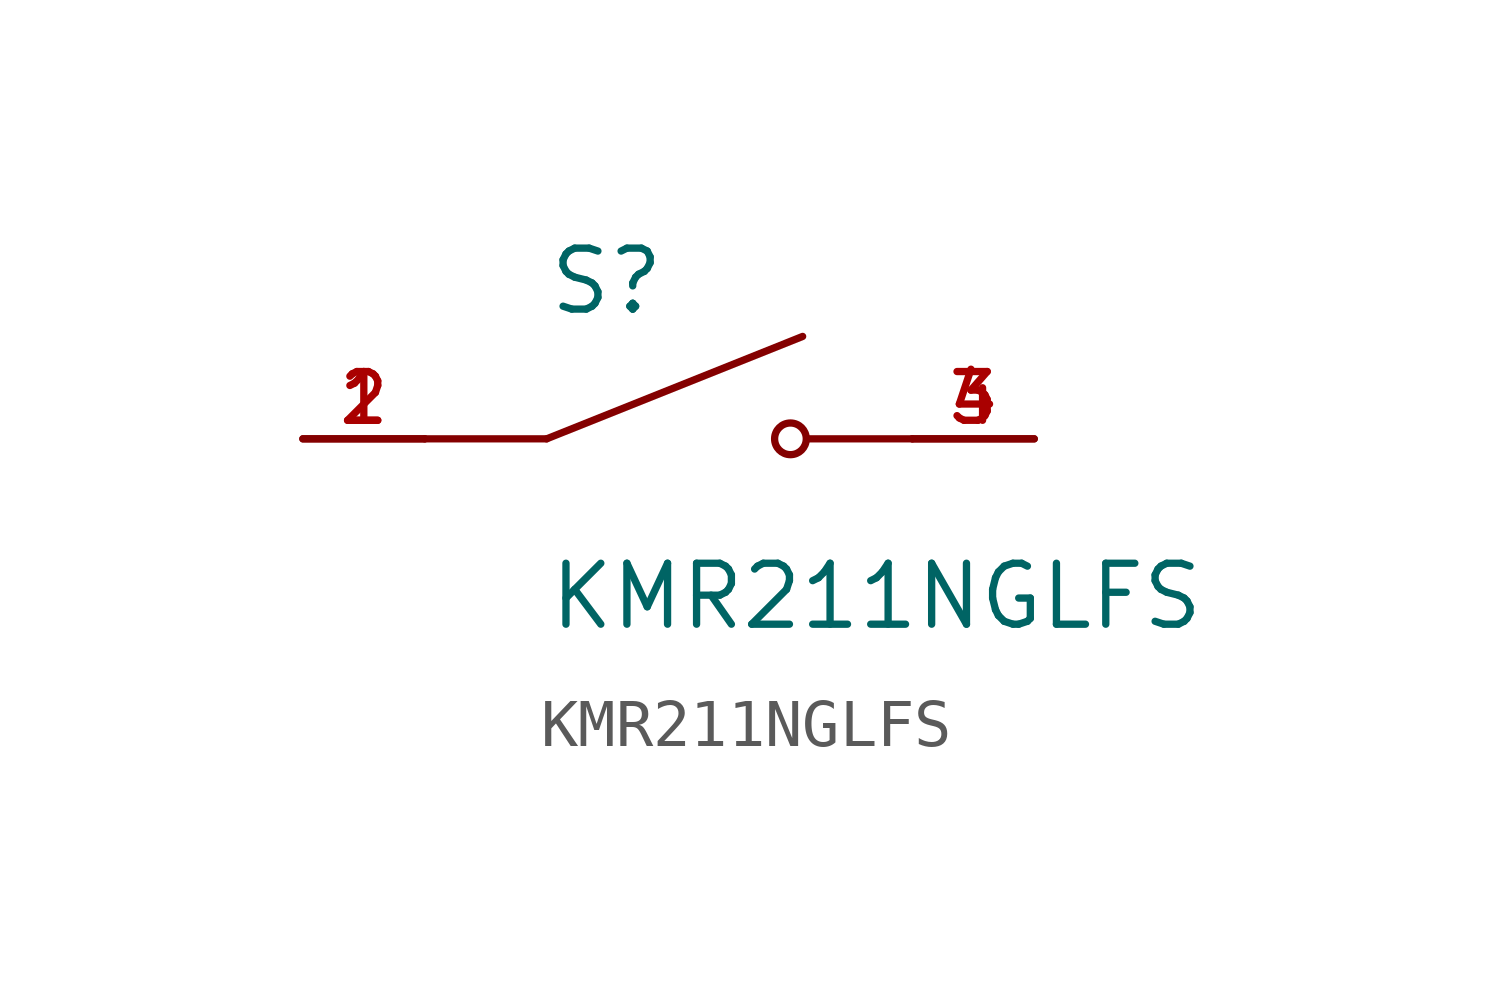
<source format=kicad_sym>
(kicad_symbol_lib
  (version 20211014)
  (generator kicad_symbol_editor)
  (symbol "KMR211NGLFS"
    (pin_names
      (offset 1.016))
    (property "Reference" "S"
      (at -2.54 2.54 0)
      (effects (font (size 1.27 1.27)) (justify bottom left)))
    (property "Value" "KMR211NGLFS"
      (at -2.54 -2.54 0)
      (effects (font (size 1.27 1.27)) (justify top left)))
    (symbol "KMR211NGLFS_0_0"
      (polyline (pts (xy -2.54 0.0) (xy 2.794 2.134)) (stroke (width 0.152)))
      (circle (center 2.54 0.0) (radius 0.33) (stroke (width 0.152)) (fill (type none)))
      (polyline (pts (xy 5.08 0.0) (xy 2.921 0.0)) (stroke (width 0.152)))
      (polyline (pts (xy -2.54 0.0) (xy -5.08 0.0)) (stroke (width 0.152)))
      (pin passive line (at -7.62 0.0 0) (length 2.54) (name "~" (effects (font (size 1.016 1.016)))) (number "1" (effects (font (size 1.016 1.016)))))
      (pin passive line (at -7.62 0.0 0) (length 2.54) (name "~" (effects (font (size 1.016 1.016)))) (number "2" (effects (font (size 1.016 1.016)))))
      (pin passive line (at 7.62 0.0 180.0) (length 2.54) (name "~" (effects (font (size 1.016 1.016)))) (number "3" (effects (font (size 1.016 1.016)))))
      (pin passive line (at 7.62 0.0 180.0) (length 2.54) (name "~" (effects (font (size 1.016 1.016)))) (number "4" (effects (font (size 1.016 1.016))))))))
</source>
